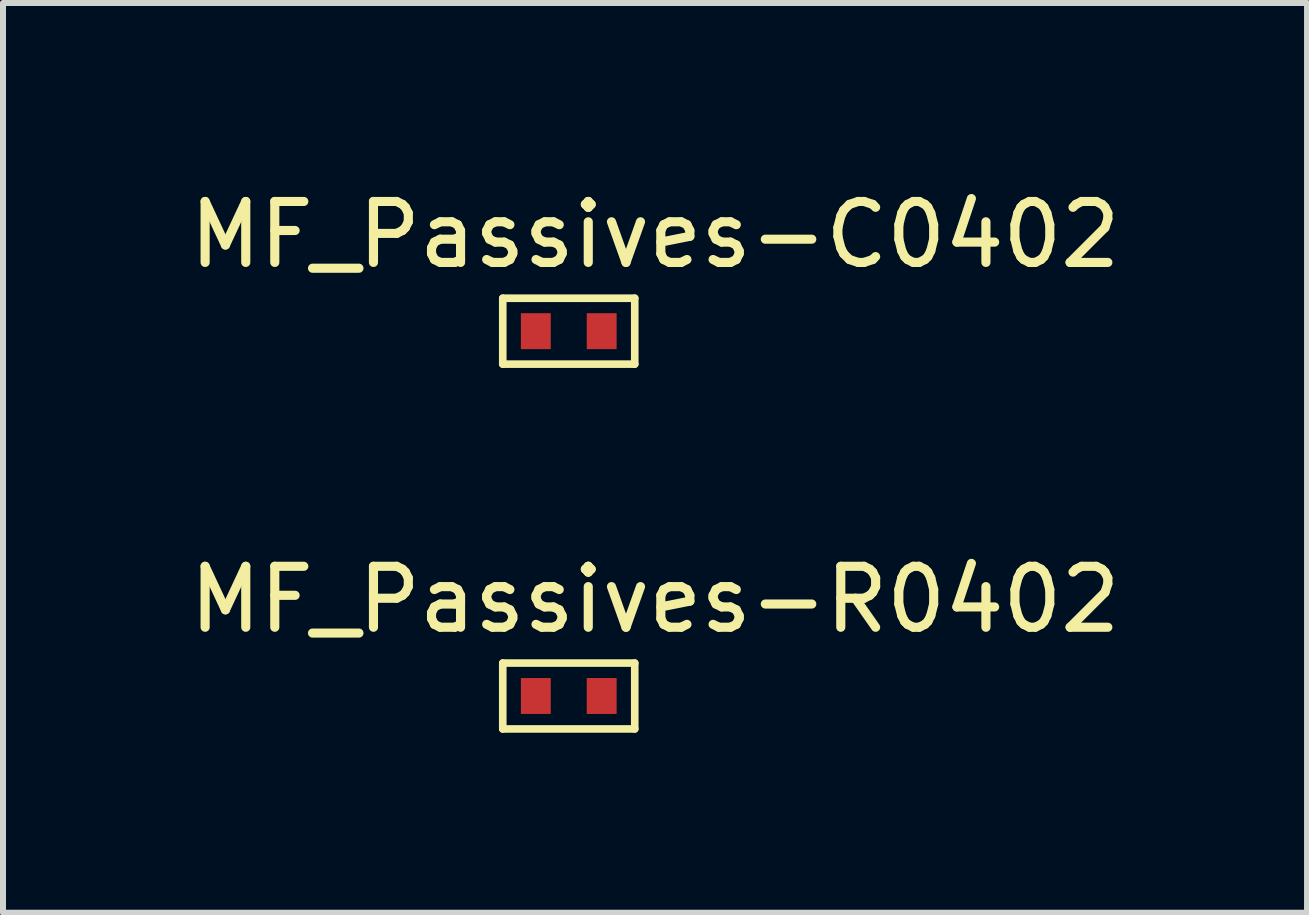
<source format=kicad_pcb>
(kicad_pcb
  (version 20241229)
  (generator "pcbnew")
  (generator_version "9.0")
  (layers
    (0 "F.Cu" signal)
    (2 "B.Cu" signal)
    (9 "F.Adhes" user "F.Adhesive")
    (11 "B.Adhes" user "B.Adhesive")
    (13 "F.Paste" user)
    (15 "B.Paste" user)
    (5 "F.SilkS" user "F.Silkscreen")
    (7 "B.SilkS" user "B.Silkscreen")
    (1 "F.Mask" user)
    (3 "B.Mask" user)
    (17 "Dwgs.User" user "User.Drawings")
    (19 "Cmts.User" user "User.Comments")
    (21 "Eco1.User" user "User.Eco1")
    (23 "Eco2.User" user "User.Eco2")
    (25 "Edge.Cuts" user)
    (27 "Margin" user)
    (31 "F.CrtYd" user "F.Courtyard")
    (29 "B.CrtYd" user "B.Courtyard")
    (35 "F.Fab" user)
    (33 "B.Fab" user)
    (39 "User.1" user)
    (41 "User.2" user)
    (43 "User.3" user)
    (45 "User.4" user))
  (footprint "MF_Passives-R0402"
    (layer "F.Cu")
    (at 6.43 8.551)
    (property "Reference" "MF_Passives-R0402" (at 1.438 -1.608 0) (layer "F.SilkS") (effects (font (size 1.016 1.016) (thickness 0.152))))
    (attr smd)
    (fp_line (start -1.1 -0.549) (end -1.1 0.549) (stroke (width 0.127) (type solid)) (layer "F.SilkS"))
    (fp_line (start -1.1 0.549) (end 1.1 0.549) (stroke (width 0.127) (type solid)) (layer "F.SilkS"))
    (fp_line (start 1.1 -0.549) (end -1.1 -0.549) (stroke (width 0.127) (type solid)) (layer "F.SilkS"))
    (fp_line (start 1.1 0.549) (end 1.1 -0.549) (stroke (width 0.127) (type solid)) (layer "F.SilkS"))
    (pad "1" smd rect (at -0.549 0 180) (size 0.498 0.599) (layers "F.Cu" "F.Mask" "F.Paste"))
    (pad "2" smd rect (at 0.549 0 180) (size 0.498 0.599) (layers "F.Cu" "F.Mask" "F.Paste")))
  (footprint "MF_Passives-C0402"
    (layer "F.Cu")
    (at 6.43 2.47)
    (property "Reference" "MF_Passives-C0402" (at 1.438 -1.608 0) (layer "F.SilkS") (effects (font (size 1.016 1.016) (thickness 0.152))))
    (attr smd)
    (fp_line (start -1.1 -0.549) (end -1.1 0.549) (stroke (width 0.127) (type solid)) (layer "F.SilkS"))
    (fp_line (start -1.1 0.549) (end 1.1 0.549) (stroke (width 0.127) (type solid)) (layer "F.SilkS"))
    (fp_line (start 1.1 -0.549) (end -1.1 -0.549) (stroke (width 0.127) (type solid)) (layer "F.SilkS"))
    (fp_line (start 1.1 0.549) (end 1.1 -0.549) (stroke (width 0.127) (type solid)) (layer "F.SilkS"))
    (pad "1" smd rect (at -0.549 0 180) (size 0.498 0.599) (layers "F.Cu" "F.Mask" "F.Paste"))
    (pad "2" smd rect (at 0.549 0 180) (size 0.498 0.599) (layers "F.Cu" "F.Mask" "F.Paste")))
  (gr_rect
    (start -3 -3)
    (end 18.736 12.164)
    (stroke (width 0.1) (type default))
    (fill no)
    (layer "Edge.Cuts")))
</source>
